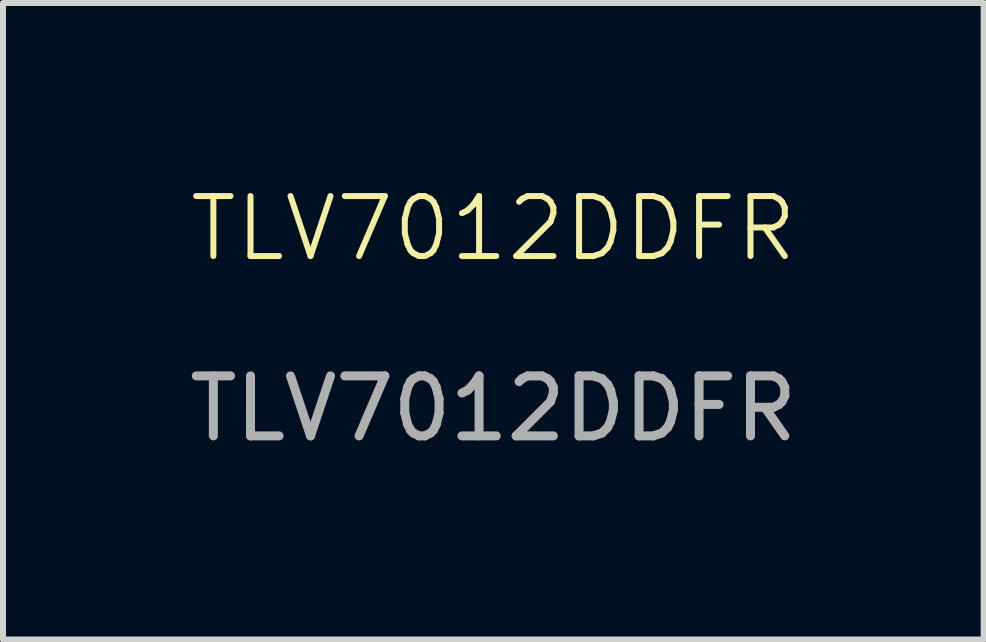
<source format=kicad_pcb>
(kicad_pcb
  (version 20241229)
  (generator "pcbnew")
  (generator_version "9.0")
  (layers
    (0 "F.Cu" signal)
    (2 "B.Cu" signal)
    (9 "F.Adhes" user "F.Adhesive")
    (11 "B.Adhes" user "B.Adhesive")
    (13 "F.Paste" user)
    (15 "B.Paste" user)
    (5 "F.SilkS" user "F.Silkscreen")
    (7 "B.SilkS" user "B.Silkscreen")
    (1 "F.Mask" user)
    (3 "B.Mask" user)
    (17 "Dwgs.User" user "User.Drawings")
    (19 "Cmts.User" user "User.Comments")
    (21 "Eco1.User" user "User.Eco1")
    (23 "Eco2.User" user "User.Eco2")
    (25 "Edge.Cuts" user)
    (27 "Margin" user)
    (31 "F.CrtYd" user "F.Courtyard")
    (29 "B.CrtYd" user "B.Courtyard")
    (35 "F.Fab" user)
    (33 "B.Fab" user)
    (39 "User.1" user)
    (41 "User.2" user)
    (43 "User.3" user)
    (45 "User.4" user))
  (footprint "TLV7012DDFR"
    (layer "F.Cu")
    (at 5.173 1.26)
    (property "Reference" "TLV7012DDFR" (at 0 -0.5 0) (unlocked yes) (layer "F.SilkS") (effects (font (size 1 1) (thickness 0.1))))
    (attr smd)
    (fp_text user "${REFERENCE}" (at 0 2.5 0) (unlocked yes) (layer "F.Fab") (effects (font (size 1 1) (thickness 0.15)))))
  (gr_rect
    (start -3 -3)
    (end 13.345 7.609)
    (stroke (width 0.1) (type default))
    (fill no)
    (layer "Edge.Cuts")))
</source>
